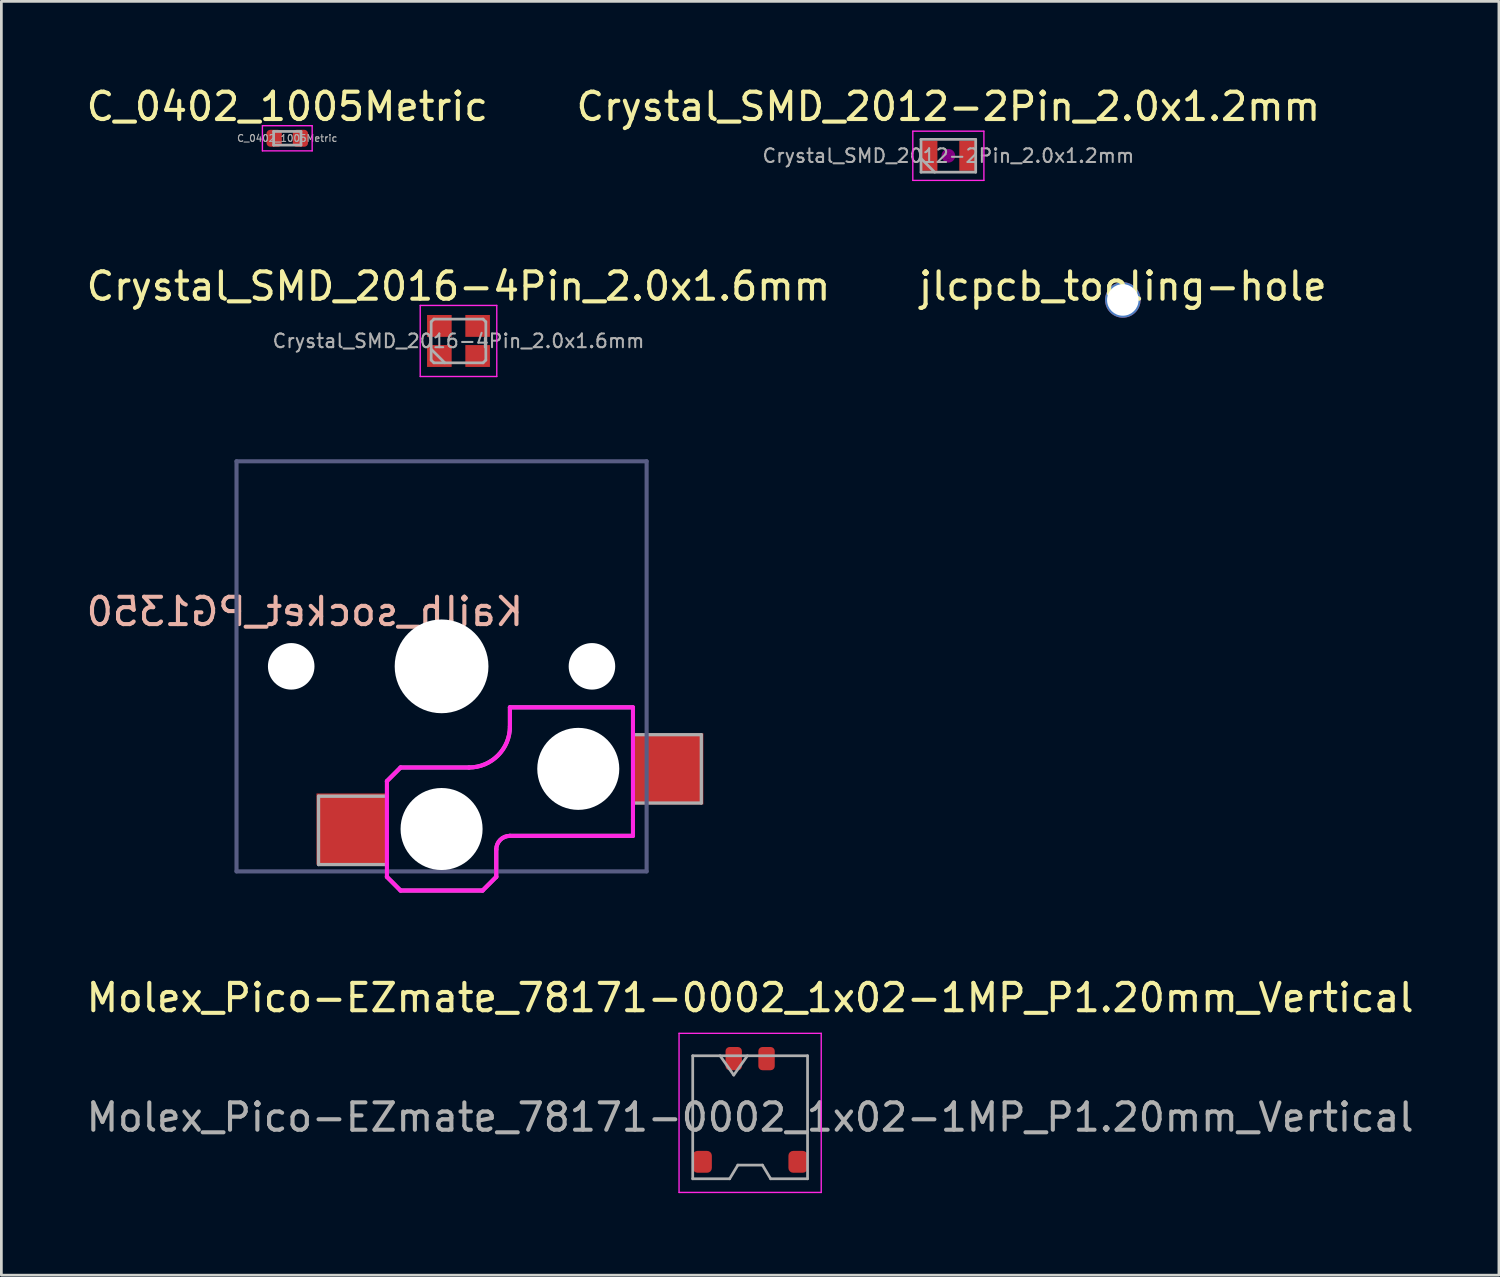
<source format=kicad_pcb>
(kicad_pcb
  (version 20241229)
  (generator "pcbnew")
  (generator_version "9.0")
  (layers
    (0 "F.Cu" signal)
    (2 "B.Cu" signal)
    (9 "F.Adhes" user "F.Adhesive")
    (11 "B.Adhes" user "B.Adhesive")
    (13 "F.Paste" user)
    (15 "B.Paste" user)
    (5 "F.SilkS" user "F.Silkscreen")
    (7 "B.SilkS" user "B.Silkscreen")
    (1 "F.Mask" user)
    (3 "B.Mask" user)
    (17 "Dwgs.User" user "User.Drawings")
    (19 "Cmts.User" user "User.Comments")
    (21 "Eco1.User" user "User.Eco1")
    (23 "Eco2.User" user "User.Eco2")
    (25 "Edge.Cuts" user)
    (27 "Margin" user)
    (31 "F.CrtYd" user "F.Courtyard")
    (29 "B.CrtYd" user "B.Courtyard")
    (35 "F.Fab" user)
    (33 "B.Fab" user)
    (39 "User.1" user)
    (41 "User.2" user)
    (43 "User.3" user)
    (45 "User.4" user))
  (footprint "Kailh_socket_PG1350"
    (layer "F.Cu")
    (at 13.101 21.322)
    (property "Reference" "Kailh_socket_PG1350" (at -5 -2 0) (layer "B.SilkS") (effects (font (size 1 1) (thickness 0.15)) (justify mirror)))
    (attr smd)
    (fp_line (start -6.9 -6.9) (end -6.9 6.9) (stroke (width 0.15) (type solid)) (layer "Eco2.User"))
    (fp_line (start -6.9 -6.9) (end 6.9 -6.9) (stroke (width 0.15) (type solid)) (layer "Eco2.User"))
    (fp_line (start -2.6 -6.3) (end 2.6 -6.3) (stroke (width 0.15) (type solid)) (layer "Eco2.User"))
    (fp_line (start -2.6 -3.1) (end -2.6 -6.3) (stroke (width 0.15) (type solid)) (layer "Eco2.User"))
    (fp_line (start 2.6 -3.1) (end -2.6 -3.1) (stroke (width 0.15) (type solid)) (layer "Eco2.User"))
    (fp_line (start 2.6 -3.1) (end 2.6 -6.3) (stroke (width 0.15) (type solid)) (layer "Eco2.User"))
    (fp_line (start 6.9 6.9) (end -6.9 6.9) (stroke (width 0.15) (type solid)) (layer "Eco2.User"))
    (fp_line (start 6.9 6.9) (end 6.9 -6.9) (stroke (width 0.15) (type solid)) (layer "Eco2.User"))
    (fp_line (start -2 4.2) (end -2 7.7) (stroke (width 0.15) (type solid)) (layer "F.CrtYd"))
    (fp_line (start -2 4.2) (end -1.5 3.7) (stroke (width 0.15) (type solid)) (layer "F.CrtYd"))
    (fp_line (start -2 7.7) (end -1.5 8.2) (stroke (width 0.15) (type solid)) (layer "F.CrtYd"))
    (fp_line (start -1.5 3.7) (end 1 3.7) (stroke (width 0.15) (type solid)) (layer "F.CrtYd"))
    (fp_line (start -1.5 8.2) (end 1.5 8.2) (stroke (width 0.15) (type solid)) (layer "F.CrtYd"))
    (fp_line (start 1.5 8.2) (end 2 7.7) (stroke (width 0.15) (type solid)) (layer "F.CrtYd"))
    (fp_line (start 2 6.7) (end 2 7.7) (stroke (width 0.15) (type solid)) (layer "F.CrtYd"))
    (fp_line (start 2.5 1.5) (end 7 1.5) (stroke (width 0.15) (type solid)) (layer "F.CrtYd"))
    (fp_line (start 2.5 2.2) (end 2.5 1.5) (stroke (width 0.15) (type solid)) (layer "F.CrtYd"))
    (fp_line (start 7 5.6) (end 7 1.5) (stroke (width 0.15) (type solid)) (layer "F.CrtYd"))
    (fp_line (start 7 5.6) (end 7 6.2) (stroke (width 0.15) (type solid)) (layer "F.CrtYd"))
    (fp_line (start 7 6.2) (end 2.5 6.2) (stroke (width 0.15) (type solid)) (layer "F.CrtYd"))
    (fp_arc (start 2 6.7) (mid 2.146447 6.346447) (end 2.5 6.2) (stroke (width 0.15) (type solid)) (layer "F.CrtYd"))
    (fp_arc (start 2.5 2.2) (mid 2.06066 3.26066) (end 1 3.7) (stroke (width 0.15) (type solid)) (layer "F.CrtYd"))
    (fp_line (start -7.5 -7.5) (end -7.5 7.5) (stroke (width 0.15) (type solid)) (layer "B.Fab"))
    (fp_line (start -7.5 7.5) (end 7.5 7.5) (stroke (width 0.15) (type solid)) (layer "B.Fab"))
    (fp_line (start 7.5 -7.5) (end -7.5 -7.5) (stroke (width 0.15) (type solid)) (layer "B.Fab"))
    (fp_line (start 7.5 7.5) (end 7.5 -7.5) (stroke (width 0.15) (type solid)) (layer "B.Fab"))
    (fp_line (start -4.5 4.75) (end -4.5 7.25) (stroke (width 0.12) (type solid)) (layer "F.Fab"))
    (fp_line (start -4.5 7.25) (end -2 7.25) (stroke (width 0.12) (type solid)) (layer "F.Fab"))
    (fp_line (start -2 4.2) (end -1.5 3.7) (stroke (width 0.15) (type solid)) (layer "F.Fab"))
    (fp_line (start -2 4.25) (end -2 7.7) (stroke (width 0.12) (type solid)) (layer "F.Fab"))
    (fp_line (start -2 4.75) (end -4.5 4.75) (stroke (width 0.12) (type solid)) (layer "F.Fab"))
    (fp_line (start -2 7.7) (end -1.5 8.2) (stroke (width 0.15) (type solid)) (layer "F.Fab"))
    (fp_line (start -1.5 3.7) (end 1 3.7) (stroke (width 0.15) (type solid)) (layer "F.Fab"))
    (fp_line (start -1.5 8.2) (end 1.5 8.2) (stroke (width 0.15) (type solid)) (layer "F.Fab"))
    (fp_line (start 1.5 8.2) (end 2 7.7) (stroke (width 0.15) (type solid)) (layer "F.Fab"))
    (fp_line (start 2 6.7) (end 2 7.7) (stroke (width 0.15) (type solid)) (layer "F.Fab"))
    (fp_line (start 2.5 1.5) (end 7 1.5) (stroke (width 0.15) (type solid)) (layer "F.Fab"))
    (fp_line (start 2.5 2.2) (end 2.5 1.5) (stroke (width 0.15) (type solid)) (layer "F.Fab"))
    (fp_line (start 7 1.5) (end 7 6.2) (stroke (width 0.12) (type solid)) (layer "F.Fab"))
    (fp_line (start 7 5) (end 9.5 5) (stroke (width 0.12) (type solid)) (layer "F.Fab"))
    (fp_line (start 7 6.2) (end 2.5 6.2) (stroke (width 0.15) (type solid)) (layer "F.Fab"))
    (fp_line (start 9.5 2.5) (end 7 2.5) (stroke (width 0.12) (type solid)) (layer "F.Fab"))
    (fp_line (start 9.5 5) (end 9.5 2.5) (stroke (width 0.12) (type solid)) (layer "F.Fab"))
    (fp_arc (start 2 6.7) (mid 2.146447 6.346447) (end 2.5 6.2) (stroke (width 0.15) (type solid)) (layer "F.Fab"))
    (fp_arc (start 2.5 2.2) (mid 2.06066 3.26066) (end 1 3.7) (stroke (width 0.15) (type solid)) (layer "F.Fab"))
    (pad "" np_thru_hole circle (at -5.5 0) (size 1.702 1.702) (drill 1.702) (layers "*.Cu" "*.Mask"))
    (pad "" np_thru_hole circle (at 0 0) (size 3.429 3.429) (drill 3.429) (layers "*.Cu" "*.Mask"))
    (pad "" np_thru_hole circle (at 0 5.95) (size 3 3) (drill 3) (layers "*.Cu" "*.Mask"))
    (pad "" np_thru_hole circle (at 5 3.75) (size 3 3) (drill 3) (layers "*.Cu" "*.Mask"))
    (pad "" np_thru_hole circle (at 5.5 0) (size 1.702 1.702) (drill 1.702) (layers "*.Cu" "*.Mask"))
    (pad "1" smd rect (at -3.275 5.95) (size 2.6 2.6) (layers "F.Cu" "F.Mask" "F.Paste"))
    (pad "2" smd rect (at 8.275 3.75) (size 2.6 2.6) (layers "F.Cu" "F.Mask" "F.Paste")))
  (footprint "Crystal_SMD_2012-2Pin_2.0x1.2mm"
    (layer "F.Cu")
    (at 31.637 2.648)
    (property "Reference" "Crystal_SMD_2012-2Pin_2.0x1.2mm" (at 0 -1.8 0) (layer "F.SilkS") (effects (font (size 1 1) (thickness 0.15))))
    (attr smd)
    (fp_circle (center 0 0) (end 0.047 0) (stroke (width 0.093) (type solid)) (fill no) (layer "F.Adhes"))
    (fp_circle (center 0 0) (end 0.107 0) (stroke (width 0.067) (type solid)) (fill no) (layer "F.Adhes"))
    (fp_circle (center 0 0) (end 0.167 0) (stroke (width 0.067) (type solid)) (fill no) (layer "F.Adhes"))
    (fp_circle (center 0 0) (end 0.2 0) (stroke (width 0.1) (type solid)) (fill no) (layer "F.Adhes"))
    (fp_line (start -1.2 -0.8) (end -1.2 0.8) (stroke (width 0.12) (type solid)) (layer "Eco2.User"))
    (fp_line (start -1.2 0.8) (end 1.2 0.8) (stroke (width 0.12) (type solid)) (layer "Eco2.User"))
    (fp_line (start 1.2 -0.8) (end -1.2 -0.8) (stroke (width 0.12) (type solid)) (layer "Eco2.User"))
    (fp_line (start -1.3 -0.9) (end -1.3 0.9) (stroke (width 0.05) (type solid)) (layer "F.CrtYd"))
    (fp_line (start -1.3 0.9) (end 1.3 0.9) (stroke (width 0.05) (type solid)) (layer "F.CrtYd"))
    (fp_line (start 1.3 -0.9) (end -1.3 -0.9) (stroke (width 0.05) (type solid)) (layer "F.CrtYd"))
    (fp_line (start 1.3 0.9) (end 1.3 -0.9) (stroke (width 0.05) (type solid)) (layer "F.CrtYd"))
    (fp_line (start -1 -0.6) (end -1 0.6) (stroke (width 0.1) (type solid)) (layer "F.Fab"))
    (fp_line (start -1 0.1) (end -0.5 0.6) (stroke (width 0.1) (type solid)) (layer "F.Fab"))
    (fp_line (start -1 0.6) (end 1 0.6) (stroke (width 0.1) (type solid)) (layer "F.Fab"))
    (fp_line (start 1 -0.6) (end -1 -0.6) (stroke (width 0.1) (type solid)) (layer "F.Fab"))
    (fp_line (start 1 0.6) (end 1 -0.6) (stroke (width 0.1) (type solid)) (layer "F.Fab"))
    (fp_text user "${REFERENCE}" (at 0 0 0) (layer "F.Fab") (effects (font (size 0.5 0.5) (thickness 0.075))))
    (pad "1" smd rect (at -0.7 0) (size 0.6 1.1) (layers "F.Cu" "F.Mask" "F.Paste"))
    (pad "2" smd rect (at 0.7 0) (size 0.6 1.1) (layers "F.Cu" "F.Mask" "F.Paste")))
  (footprint "jlcpcb_tooling-hole"
    (layer "F.Cu")
    (at 38.018 7.921)
    (property "Reference" "jlcpcb_tooling-hole" (at 0 -0.5 0) (unlocked yes) (layer "F.SilkS") (effects (font (size 1 1) (thickness 0.15))))
    (attr smd board_only exclude_from_pos_files exclude_from_bom)
    (pad "" np_thru_hole circle (at 0 0) (size 1.3 1.3) (drill 1.152) (layers "*.Cu" "*.Mask")))
  (footprint "Molex_Pico-EZmate_78171-0002_1x02-1MP_P1.20mm_Vertical"
    (layer "F.Cu")
    (at 24.387 37.545)
    (property "Reference" "Molex_Pico-EZmate_78171-0002_1x02-1MP_P1.20mm_Vertical" (at 0 -4.1 0) (layer "F.SilkS") (effects (font (size 1 1) (thickness 0.15))))
    (attr smd)
    (fp_line (start -2.21 -2.09) (end -1.16 -2.09) (stroke (width 0.12) (type solid)) (layer "Eco2.User"))
    (fp_line (start -2.21 1.24) (end -2.21 -2.09) (stroke (width 0.12) (type solid)) (layer "Eco2.User"))
    (fp_line (start -1.16 -2.09) (end -1.16 -2.3) (stroke (width 0.12) (type solid)) (layer "Eco2.User"))
    (fp_line (start -1.14 2.63) (end -0.64 2.63) (stroke (width 0.12) (type solid)) (layer "Eco2.User"))
    (fp_line (start -0.85 -3.154) (end -0.6 -2.8) (stroke (width 0.12) (type solid)) (layer "Eco2.User"))
    (fp_line (start -0.64 2.63) (end -0.34 2.13) (stroke (width 0.12) (type solid)) (layer "Eco2.User"))
    (fp_line (start -0.6 -2.8) (end -0.35 -3.154) (stroke (width 0.12) (type solid)) (layer "Eco2.User"))
    (fp_line (start -0.35 -3.154) (end -0.85 -3.154) (stroke (width 0.12) (type solid)) (layer "Eco2.User"))
    (fp_line (start -0.34 2.13) (end 0.34 2.13) (stroke (width 0.12) (type solid)) (layer "Eco2.User"))
    (fp_line (start 0.34 2.13) (end 0.64 2.63) (stroke (width 0.12) (type solid)) (layer "Eco2.User"))
    (fp_line (start 0.64 2.63) (end 1.14 2.63) (stroke (width 0.12) (type solid)) (layer "Eco2.User"))
    (fp_line (start 2.21 -2.09) (end 1.16 -2.09) (stroke (width 0.12) (type solid)) (layer "Eco2.User"))
    (fp_line (start 2.21 1.24) (end 2.21 -2.09) (stroke (width 0.12) (type solid)) (layer "Eco2.User"))
    (fp_line (start -2.6 -2.8) (end -2.6 3.02) (stroke (width 0.05) (type solid)) (layer "F.CrtYd"))
    (fp_line (start -2.6 3.02) (end 2.6 3.02) (stroke (width 0.05) (type solid)) (layer "F.CrtYd"))
    (fp_line (start 2.6 -2.8) (end -2.6 -2.8) (stroke (width 0.05) (type solid)) (layer "F.CrtYd"))
    (fp_line (start 2.6 3.02) (end 2.6 -2.8) (stroke (width 0.05) (type solid)) (layer "F.CrtYd"))
    (fp_line (start -2.1 -1.98) (end -2.1 2.52) (stroke (width 0.1) (type solid)) (layer "F.Fab"))
    (fp_line (start -2.1 -1.98) (end 2.1 -1.98) (stroke (width 0.1) (type solid)) (layer "F.Fab"))
    (fp_line (start -2.1 2.52) (end -0.75 2.52) (stroke (width 0.1) (type solid)) (layer "F.Fab"))
    (fp_line (start -1.1 -1.98) (end -0.6 -1.273) (stroke (width 0.1) (type solid)) (layer "F.Fab"))
    (fp_line (start -0.75 2.52) (end -0.45 2.02) (stroke (width 0.1) (type solid)) (layer "F.Fab"))
    (fp_line (start -0.6 -1.273) (end -0.1 -1.98) (stroke (width 0.1) (type solid)) (layer "F.Fab"))
    (fp_line (start -0.45 2.02) (end 0.45 2.02) (stroke (width 0.1) (type solid)) (layer "F.Fab"))
    (fp_line (start 0.45 2.02) (end 0.75 2.52) (stroke (width 0.1) (type solid)) (layer "F.Fab"))
    (fp_line (start 0.75 2.52) (end 2.1 2.52) (stroke (width 0.1) (type solid)) (layer "F.Fab"))
    (fp_line (start 2.1 -1.98) (end 2.1 2.52) (stroke (width 0.1) (type solid)) (layer "F.Fab"))
    (fp_text user "${REFERENCE}" (at 0 0.27 0) (layer "F.Fab") (effects (font (size 1 1) (thickness 0.15))))
    (pad "1" smd roundrect (at -0.6 -1.875) (size 0.6 0.85) (layers "F.Cu" "F.Mask" "F.Paste") (roundrect_rratio 0.25))
    (pad "2" smd roundrect (at 0.6 -1.875) (size 0.6 0.85) (layers "F.Cu" "F.Mask" "F.Paste") (roundrect_rratio 0.25))
    (pad "MP1" smd roundrect (at -1.75 1.9) (size 0.7 0.8) (layers "F.Cu" "F.Mask" "F.Paste") (roundrect_rratio 0.25))
    (pad "MP2" smd roundrect (at 1.75 1.9) (size 0.7 0.8) (layers "F.Cu" "F.Mask" "F.Paste") (roundrect_rratio 0.25)))
  (footprint "C_0402_1005Metric"
    (layer "F.Cu")
    (at 7.458 2.008)
    (property "Reference" "C_0402_1005Metric" (at 0 -1.16 0) (layer "F.SilkS") (effects (font (size 1 1) (thickness 0.15))))
    (attr smd)
    (fp_line (start -0.108 -0.36) (end 0.108 -0.36) (stroke (width 0.12) (type solid)) (layer "Eco2.User"))
    (fp_line (start -0.108 0.36) (end 0.108 0.36) (stroke (width 0.12) (type solid)) (layer "Eco2.User"))
    (fp_line (start -0.91 -0.46) (end 0.91 -0.46) (stroke (width 0.05) (type solid)) (layer "F.CrtYd"))
    (fp_line (start -0.91 0.46) (end -0.91 -0.46) (stroke (width 0.05) (type solid)) (layer "F.CrtYd"))
    (fp_line (start 0.91 -0.46) (end 0.91 0.46) (stroke (width 0.05) (type solid)) (layer "F.CrtYd"))
    (fp_line (start 0.91 0.46) (end -0.91 0.46) (stroke (width 0.05) (type solid)) (layer "F.CrtYd"))
    (fp_line (start -0.5 -0.25) (end 0.5 -0.25) (stroke (width 0.1) (type solid)) (layer "F.Fab"))
    (fp_line (start -0.5 0.25) (end -0.5 -0.25) (stroke (width 0.1) (type solid)) (layer "F.Fab"))
    (fp_line (start 0.5 -0.25) (end 0.5 0.25) (stroke (width 0.1) (type solid)) (layer "F.Fab"))
    (fp_line (start 0.5 0.25) (end -0.5 0.25) (stroke (width 0.1) (type solid)) (layer "F.Fab"))
    (fp_text user "${REFERENCE}" (at 0 0 0) (layer "F.Fab") (effects (font (size 0.25 0.25) (thickness 0.04))))
    (pad "1" smd roundrect (at -0.48 0) (size 0.56 0.62) (layers "F.Cu" "F.Mask" "F.Paste") (roundrect_rratio 0.25))
    (pad "2" smd roundrect (at 0.48 0) (size 0.56 0.62) (layers "F.Cu" "F.Mask" "F.Paste") (roundrect_rratio 0.25)))
  (footprint "Crystal_SMD_2016-4Pin_2.0x1.6mm"
    (layer "F.Cu")
    (at 13.72 9.421)
    (property "Reference" "Crystal_SMD_2016-4Pin_2.0x1.6mm" (at 0 -2 0) (layer "F.SilkS") (effects (font (size 1 1) (thickness 0.15))))
    (attr smd)
    (fp_line (start -1.35 -1.15) (end -1.35 1.15) (stroke (width 0.12) (type solid)) (layer "Eco2.User"))
    (fp_line (start -1.35 1.15) (end 1.35 1.15) (stroke (width 0.12) (type solid)) (layer "Eco2.User"))
    (fp_line (start -1.4 -1.3) (end -1.4 1.3) (stroke (width 0.05) (type solid)) (layer "F.CrtYd"))
    (fp_line (start -1.4 1.3) (end 1.4 1.3) (stroke (width 0.05) (type solid)) (layer "F.CrtYd"))
    (fp_line (start 1.4 -1.3) (end -1.4 -1.3) (stroke (width 0.05) (type solid)) (layer "F.CrtYd"))
    (fp_line (start 1.4 1.3) (end 1.4 -1.3) (stroke (width 0.05) (type solid)) (layer "F.CrtYd"))
    (fp_line (start -1 -0.7) (end -0.9 -0.8) (stroke (width 0.1) (type solid)) (layer "F.Fab"))
    (fp_line (start -1 0.3) (end -0.5 0.8) (stroke (width 0.1) (type solid)) (layer "F.Fab"))
    (fp_line (start -1 0.7) (end -1 -0.7) (stroke (width 0.1) (type solid)) (layer "F.Fab"))
    (fp_line (start -0.9 -0.8) (end 0.9 -0.8) (stroke (width 0.1) (type solid)) (layer "F.Fab"))
    (fp_line (start -0.9 0.8) (end -1 0.7) (stroke (width 0.1) (type solid)) (layer "F.Fab"))
    (fp_line (start 0.9 -0.8) (end 1 -0.7) (stroke (width 0.1) (type solid)) (layer "F.Fab"))
    (fp_line (start 0.9 0.8) (end -0.9 0.8) (stroke (width 0.1) (type solid)) (layer "F.Fab"))
    (fp_line (start 1 -0.7) (end 1 0.7) (stroke (width 0.1) (type solid)) (layer "F.Fab"))
    (fp_line (start 1 0.7) (end 0.9 0.8) (stroke (width 0.1) (type solid)) (layer "F.Fab"))
    (fp_text user "${REFERENCE}" (at 0 0 0) (layer "F.Fab") (effects (font (size 0.5 0.5) (thickness 0.075))))
    (pad "1" smd rect (at -0.7 0.55) (size 0.9 0.8) (layers "F.Cu" "F.Mask" "F.Paste"))
    (pad "2" smd rect (at 0.7 0.55) (size 0.9 0.8) (layers "F.Cu" "F.Mask" "F.Paste"))
    (pad "3" smd rect (at 0.7 -0.55) (size 0.9 0.8) (layers "F.Cu" "F.Mask" "F.Paste"))
    (pad "4" smd rect (at -0.7 -0.55) (size 0.9 0.8) (layers "F.Cu" "F.Mask" "F.Paste")))
  (gr_rect
    (start -3 -3)
    (end 51.774 43.59)
    (stroke (width 0.1) (type default))
    (fill no)
    (layer "Edge.Cuts")))
</source>
